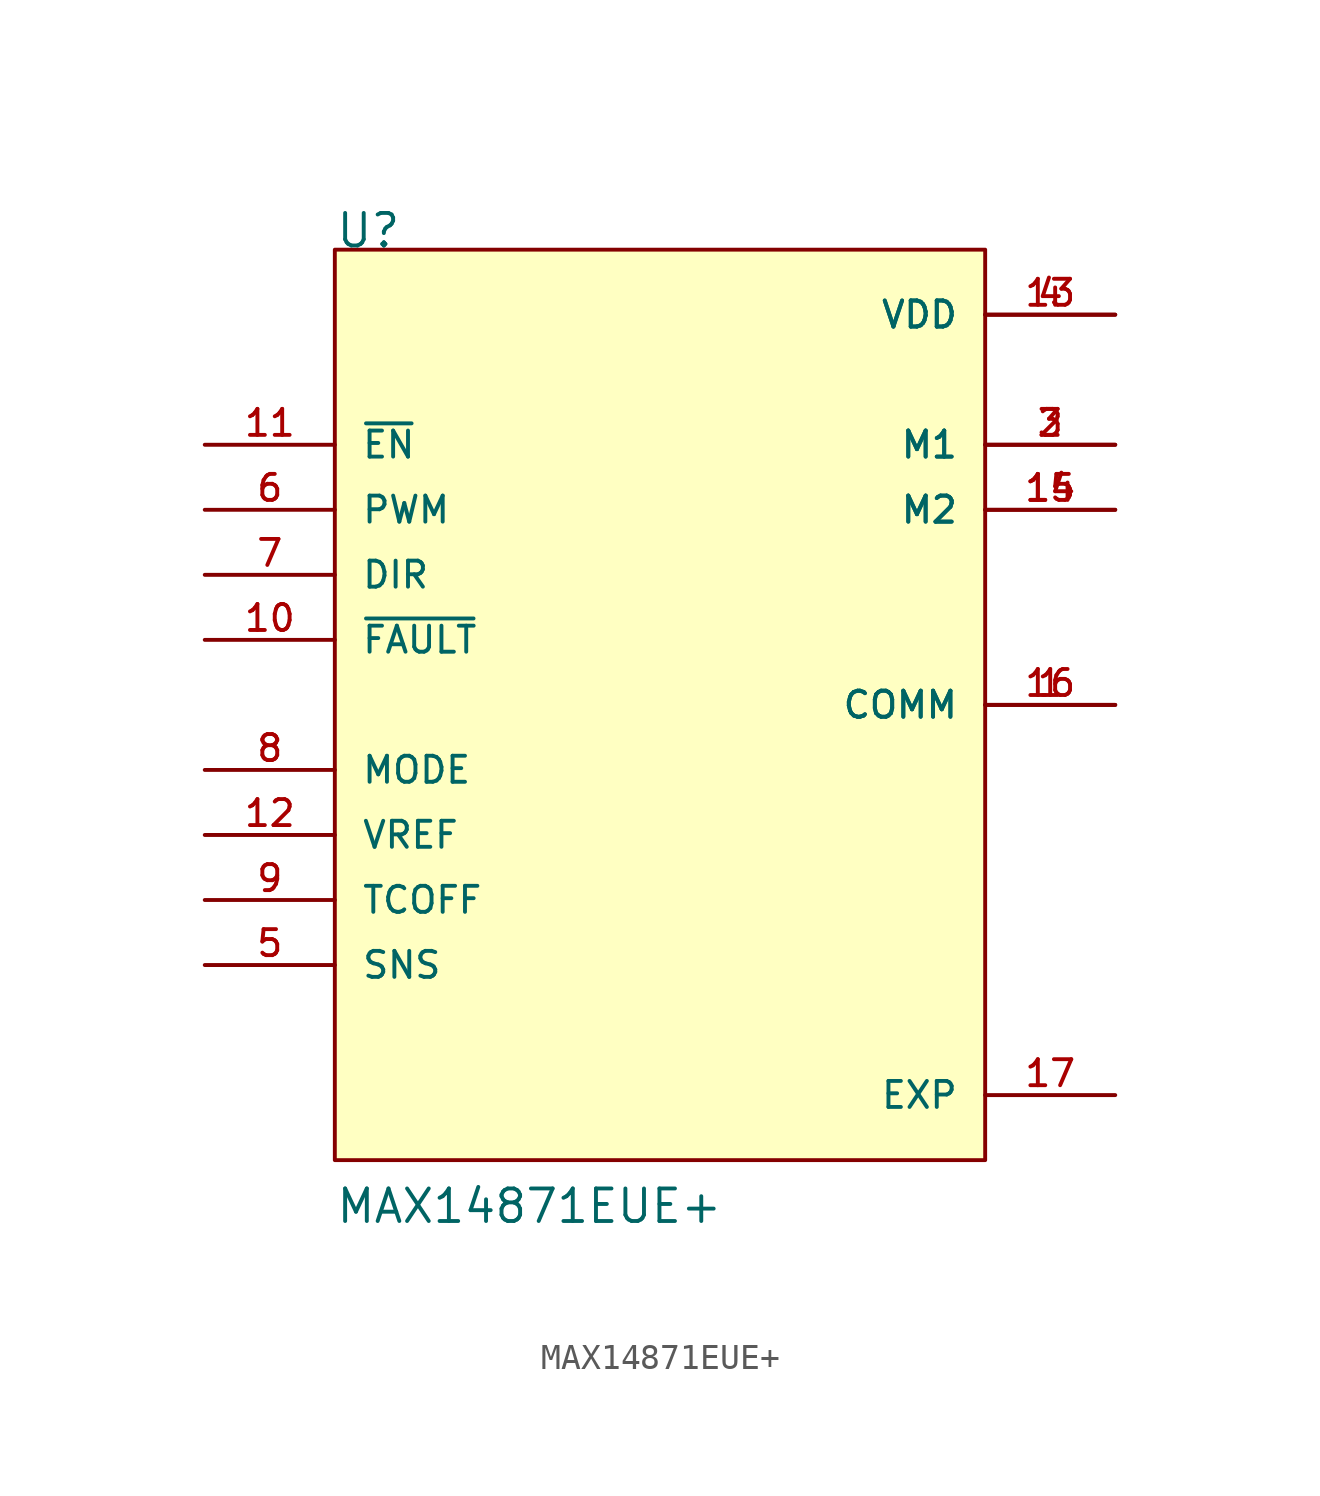
<source format=kicad_sym>
(kicad_symbol_lib
  (version 20211014)
  (generator kicad_symbol_editor)
  (symbol "MAX14871EUE+"
    (pin_names
      (offset 1.016))
    (property "Reference" "U"
      (at -12.7 17.78 0)
      (effects (font (size 1.27 1.27)) (justify left bottom)))
    (property "Value" "MAX14871EUE+"
      (at -12.7 -20.32 0)
      (effects (font (size 1.27 1.27)) (justify left bottom)))
    (property "ki_locked" ""
      (at 0 0 0)
      (effects (font (size 1.27 1.27))))
    (symbol "MAX14871EUE+_0_0"
      (rectangle (start -12.7 -17.78) (end 12.7 17.78) (stroke (width 0.152) (type default) (color 0 0 0 0)) (fill (type background)))
      (pin output line (at 17.78 0 180) (length 5.08) (name "COMM" (effects (font (size 1.016 1.016)))) (number "1" (effects (font (size 1.016 1.016)))))
      (pin output line (at -17.78 2.54 0) (length 5.08) (name "~{FAULT}" (effects (font (size 1.016 1.016)))) (number "10" (effects (font (size 1.016 1.016)))))
      (pin input line (at -17.78 10.16 0) (length 5.08) (name "~{EN}" (effects (font (size 1.016 1.016)))) (number "11" (effects (font (size 1.016 1.016)))))
      (pin input line (at -17.78 -5.08 0) (length 5.08) (name "VREF" (effects (font (size 1.016 1.016)))) (number "12" (effects (font (size 1.016 1.016)))))
      (pin power_in line (at 17.78 15.24 180) (length 5.08) (name "VDD" (effects (font (size 1.016 1.016)))) (number "13" (effects (font (size 1.016 1.016)))))
      (pin output line (at 17.78 7.62 180) (length 5.08) (name "M2" (effects (font (size 1.016 1.016)))) (number "14" (effects (font (size 1.016 1.016)))))
      (pin output line (at 17.78 7.62 180) (length 5.08) (name "M2" (effects (font (size 1.016 1.016)))) (number "15" (effects (font (size 1.016 1.016)))))
      (pin output line (at 17.78 0 180) (length 5.08) (name "COMM" (effects (font (size 1.016 1.016)))) (number "16" (effects (font (size 1.016 1.016)))))
      (pin power_in line (at 17.78 -15.24 180) (length 5.08) (name "EXP" (effects (font (size 1.016 1.016)))) (number "17" (effects (font (size 1.016 1.016)))))
      (pin output line (at 17.78 10.16 180) (length 5.08) (name "M1" (effects (font (size 1.016 1.016)))) (number "2" (effects (font (size 1.016 1.016)))))
      (pin output line (at 17.78 10.16 180) (length 5.08) (name "M1" (effects (font (size 1.016 1.016)))) (number "3" (effects (font (size 1.016 1.016)))))
      (pin power_in line (at 17.78 15.24 180) (length 5.08) (name "VDD" (effects (font (size 1.016 1.016)))) (number "4" (effects (font (size 1.016 1.016)))))
      (pin input line (at -17.78 -10.16 0) (length 5.08) (name "SNS" (effects (font (size 1.016 1.016)))) (number "5" (effects (font (size 1.016 1.016)))))
      (pin input line (at -17.78 7.62 0) (length 5.08) (name "PWM" (effects (font (size 1.016 1.016)))) (number "6" (effects (font (size 1.016 1.016)))))
      (pin input line (at -17.78 5.08 0) (length 5.08) (name "DIR" (effects (font (size 1.016 1.016)))) (number "7" (effects (font (size 1.016 1.016)))))
      (pin input line (at -17.78 -2.54 0) (length 5.08) (name "MODE" (effects (font (size 1.016 1.016)))) (number "8" (effects (font (size 1.016 1.016)))))
      (pin input line (at -17.78 -7.62 0) (length 5.08) (name "TCOFF" (effects (font (size 1.016 1.016)))) (number "9" (effects (font (size 1.016 1.016))))))))
</source>
